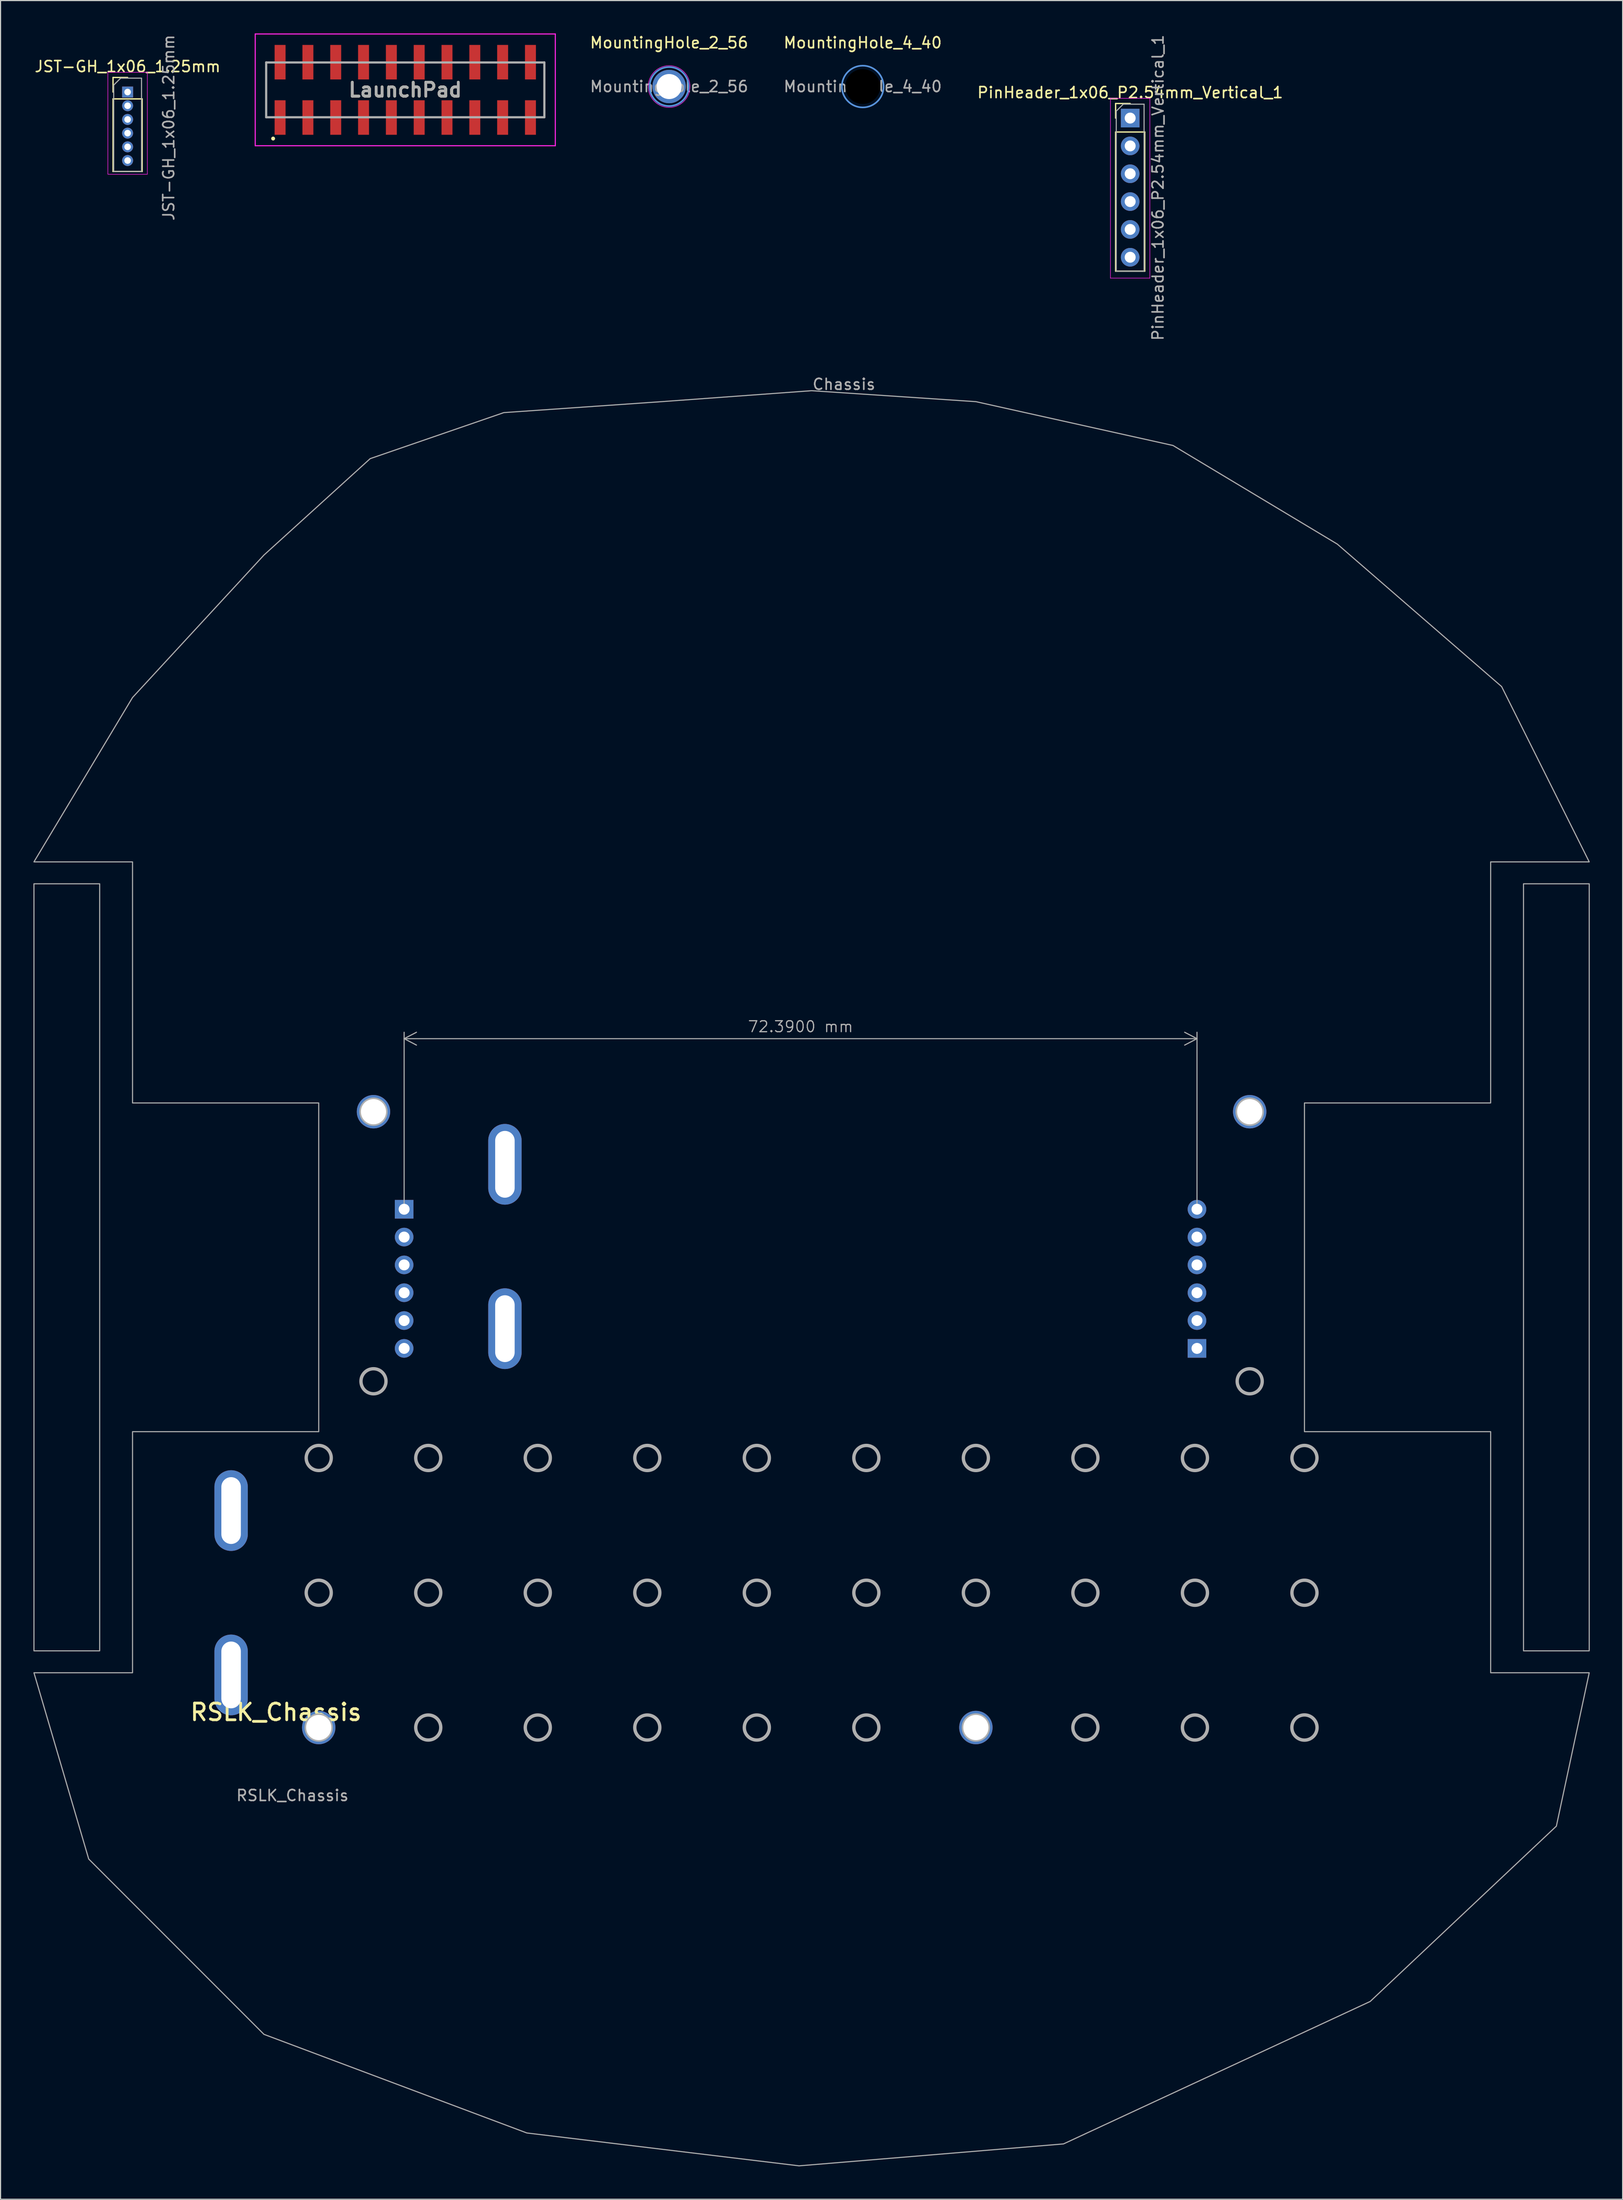
<source format=kicad_pcb>
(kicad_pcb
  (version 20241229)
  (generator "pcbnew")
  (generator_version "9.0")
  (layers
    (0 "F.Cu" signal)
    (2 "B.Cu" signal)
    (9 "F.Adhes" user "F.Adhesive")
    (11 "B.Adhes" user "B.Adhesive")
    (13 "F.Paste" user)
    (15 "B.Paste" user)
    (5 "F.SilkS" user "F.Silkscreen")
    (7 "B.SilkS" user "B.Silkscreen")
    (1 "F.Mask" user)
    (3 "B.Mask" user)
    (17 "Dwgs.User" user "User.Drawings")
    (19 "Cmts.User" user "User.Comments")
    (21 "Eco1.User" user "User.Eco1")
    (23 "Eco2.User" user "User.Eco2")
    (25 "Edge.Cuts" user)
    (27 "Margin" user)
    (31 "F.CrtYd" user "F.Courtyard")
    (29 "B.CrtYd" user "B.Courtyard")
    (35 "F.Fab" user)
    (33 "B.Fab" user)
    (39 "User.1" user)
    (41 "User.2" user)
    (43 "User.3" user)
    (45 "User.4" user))
  (footprint "MountingHole_2_56"
    (layer "F.Cu")
    (at 58.042 4.848)
    (property "Reference" "MountingHole_2_56" (at 0 -4 0) (layer "F.SilkS") (effects (font (size 1 1) (thickness 0.15))))
    (attr exclude_from_pos_files exclude_from_bom)
    (fp_circle (center 0 0) (end 1.778 0) (stroke (width 0.15) (type solid)) (fill no) (layer "Cmts.User"))
    (fp_circle (center 0 0) (end 1.905 0) (stroke (width 0.05) (type solid)) (fill no) (layer "F.CrtYd"))
    (fp_text user "${REFERENCE}" (at 0 0 0) (layer "F.Fab") (effects (font (size 1 1) (thickness 0.15))))
    (pad "1" thru_hole circle (at 0 0) (size 3.048 3.048) (drill 2.286) (layers "*.Cu" "*.Mask")))
  (footprint "LaunchPad"
    (layer "F.Cu")
    (at 33.952 5.15)
    (property "Reference" "LaunchPad" (at 0 0 0) (layer "F.SilkS") (effects (font (size 1.27 1.27) (thickness 0.254))))
    (attr smd)
    (fp_line (start -12.7 -2.525) (end -12.7 2.5) (stroke (width 0.1) (type solid)) (layer "F.SilkS"))
    (fp_line (start 12.7 -2.5) (end 12.7 2.525) (stroke (width 0.1) (type solid)) (layer "F.SilkS"))
    (fp_circle (center -12.065 4.445) (end -11.938 4.445) (stroke (width 0.1) (type solid)) (fill yes) (layer "F.SilkS"))
    (fp_line (start -13.7 -5.1) (end 13.7 -5.1) (stroke (width 0.1) (type solid)) (layer "F.CrtYd"))
    (fp_line (start -13.7 5.1) (end -13.7 -5.1) (stroke (width 0.1) (type solid)) (layer "F.CrtYd"))
    (fp_line (start 13.7 -5.1) (end 13.7 5.1) (stroke (width 0.1) (type solid)) (layer "F.CrtYd"))
    (fp_line (start 13.7 5.1) (end -13.7 5.1) (stroke (width 0.1) (type solid)) (layer "F.CrtYd"))
    (fp_line (start -12.7 -2.5) (end 12.7 -2.5) (stroke (width 0.2) (type solid)) (layer "F.Fab"))
    (fp_line (start -12.7 2.5) (end -12.7 -2.5) (stroke (width 0.2) (type solid)) (layer "F.Fab"))
    (fp_line (start 12.7 -2.5) (end 12.7 2.5) (stroke (width 0.2) (type solid)) (layer "F.Fab"))
    (fp_line (start 12.7 2.5) (end -12.7 2.5) (stroke (width 0.2) (type solid)) (layer "F.Fab"))
    (fp_text user "${REFERENCE}" (at 0 0 0) (layer "F.Fab") (effects (font (size 1.27 1.27) (thickness 0.254))))
    (pad "1" smd rect (at -11.43 2.525) (size 1 3.15) (layers "F.Cu" "F.Mask" "F.Paste"))
    (pad "2" smd rect (at -11.43 -2.525) (size 1 3.15) (layers "F.Cu" "F.Mask" "F.Paste"))
    (pad "3" smd rect (at -8.89 2.525) (size 1 3.15) (layers "F.Cu" "F.Mask" "F.Paste"))
    (pad "4" smd rect (at -8.89 -2.525) (size 1 3.15) (layers "F.Cu" "F.Mask" "F.Paste"))
    (pad "5" smd rect (at -6.35 2.525) (size 1 3.15) (layers "F.Cu" "F.Mask" "F.Paste"))
    (pad "6" smd rect (at -6.35 -2.525) (size 1 3.15) (layers "F.Cu" "F.Mask" "F.Paste"))
    (pad "7" smd rect (at -3.81 2.525) (size 1 3.15) (layers "F.Cu" "F.Mask" "F.Paste"))
    (pad "8" smd rect (at -3.81 -2.525) (size 1 3.15) (layers "F.Cu" "F.Mask" "F.Paste"))
    (pad "9" smd rect (at -1.27 2.525) (size 1 3.15) (layers "F.Cu" "F.Mask" "F.Paste"))
    (pad "10" smd rect (at -1.27 -2.525) (size 1 3.15) (layers "F.Cu" "F.Mask" "F.Paste"))
    (pad "11" smd rect (at 1.27 2.525) (size 1 3.15) (layers "F.Cu" "F.Mask" "F.Paste"))
    (pad "12" smd rect (at 1.27 -2.525) (size 1 3.15) (layers "F.Cu" "F.Mask" "F.Paste"))
    (pad "13" smd rect (at 3.81 2.525) (size 1 3.15) (layers "F.Cu" "F.Mask" "F.Paste"))
    (pad "14" smd rect (at 3.81 -2.525) (size 1 3.15) (layers "F.Cu" "F.Mask" "F.Paste"))
    (pad "15" smd rect (at 6.35 2.525) (size 1 3.15) (layers "F.Cu" "F.Mask" "F.Paste"))
    (pad "16" smd rect (at 6.35 -2.525) (size 1 3.15) (layers "F.Cu" "F.Mask" "F.Paste"))
    (pad "17" smd rect (at 8.89 2.525) (size 1 3.15) (layers "F.Cu" "F.Mask" "F.Paste"))
    (pad "18" smd rect (at 8.89 -2.525) (size 1 3.15) (layers "F.Cu" "F.Mask" "F.Paste"))
    (pad "19" smd rect (at 11.43 2.525) (size 1 3.15) (layers "F.Cu" "F.Mask" "F.Paste"))
    (pad "20" smd rect (at 11.43 -2.525) (size 1 3.15) (layers "F.Cu" "F.Mask" "F.Paste")))
  (footprint "PinHeader_1x06_P2.54mm_Vertical_1"
    (layer "F.Cu")
    (at 100.137 7.727)
    (property "Reference" "PinHeader_1x06_P2.54mm_Vertical_1" (at 0 -2.33 0) (layer "F.SilkS") (effects (font (size 1 1) (thickness 0.15))))
    (attr through_hole)
    (fp_line (start -1.33 -1.33) (end 0 -1.33) (stroke (width 0.12) (type solid)) (layer "F.SilkS"))
    (fp_line (start -1.33 0) (end -1.33 -1.33) (stroke (width 0.12) (type solid)) (layer "F.SilkS"))
    (fp_line (start -1.33 1.27) (end -1.33 13.97) (stroke (width 0.12) (type solid)) (layer "F.SilkS"))
    (fp_line (start -1.33 1.27) (end 1.33 1.27) (stroke (width 0.12) (type solid)) (layer "F.SilkS"))
    (fp_line (start -1.33 13.97) (end 1.33 13.97) (stroke (width 0.12) (type solid)) (layer "F.SilkS"))
    (fp_line (start 1.33 1.27) (end 1.33 13.97) (stroke (width 0.12) (type solid)) (layer "F.SilkS"))
    (fp_line (start -1.8 -1.8) (end -1.8 14.605) (stroke (width 0.05) (type solid)) (layer "F.CrtYd"))
    (fp_line (start -1.8 14.605) (end 1.8 14.605) (stroke (width 0.05) (type solid)) (layer "F.CrtYd"))
    (fp_line (start 1.8 -1.8) (end -1.8 -1.8) (stroke (width 0.05) (type solid)) (layer "F.CrtYd"))
    (fp_line (start 1.8 14.605) (end 1.8 -1.8) (stroke (width 0.05) (type solid)) (layer "F.CrtYd"))
    (fp_line (start -1.27 -0.635) (end -0.635 -1.27) (stroke (width 0.1) (type solid)) (layer "F.Fab"))
    (fp_line (start -1.27 13.97) (end -1.27 -0.635) (stroke (width 0.1) (type solid)) (layer "F.Fab"))
    (fp_line (start -0.635 -1.27) (end 1.27 -1.27) (stroke (width 0.1) (type solid)) (layer "F.Fab"))
    (fp_line (start 1.27 -1.27) (end 1.27 13.97) (stroke (width 0.1) (type solid)) (layer "F.Fab"))
    (fp_line (start 1.27 13.97) (end -1.27 13.97) (stroke (width 0.1) (type solid)) (layer "F.Fab"))
    (fp_text user "${REFERENCE}" (at 2.54 6.35 90) (layer "F.Fab") (effects (font (size 1 1) (thickness 0.15))))
    (pad "1" thru_hole rect (at 0 0) (size 1.7 1.7) (drill 1) (layers "*.Cu" "*.Mask"))
    (pad "2" thru_hole oval (at 0 2.54) (size 1.7 1.7) (drill 1) (layers "*.Cu" "*.Mask"))
    (pad "3" thru_hole oval (at 0 5.08) (size 1.7 1.7) (drill 1) (layers "*.Cu" "*.Mask"))
    (pad "4" thru_hole oval (at 0 7.62) (size 1.7 1.7) (drill 1) (layers "*.Cu" "*.Mask"))
    (pad "5" thru_hole oval (at 0 10.16) (size 1.7 1.7) (drill 1) (layers "*.Cu" "*.Mask"))
    (pad "6" thru_hole oval (at 0 12.7) (size 1.7 1.7) (drill 1) (layers "*.Cu" "*.Mask")))
  (footprint "JST-GH_1x06_1.25mm"
    (layer "F.Cu")
    (at 8.601 5.351)
    (property "Reference" "JST-GH_1x06_1.25mm" (at 0 -2.33 0) (layer "F.SilkS") (effects (font (size 1 1) (thickness 0.15))))
    (attr through_hole)
    (fp_line (start -1.33 -1.33) (end 0 -1.33) (stroke (width 0.12) (type solid)) (layer "F.SilkS"))
    (fp_line (start -1.33 0) (end -1.33 -1.33) (stroke (width 0.12) (type solid)) (layer "F.SilkS"))
    (fp_line (start -1.33 0.625) (end -1.33 7.25) (stroke (width 0.12) (type solid)) (layer "F.SilkS"))
    (fp_line (start -1.33 0.625) (end 1.33 0.625) (stroke (width 0.12) (type solid)) (layer "F.SilkS"))
    (fp_line (start -1.33 7.25) (end 1.33 7.25) (stroke (width 0.12) (type solid)) (layer "F.SilkS"))
    (fp_line (start 1.33 0.625) (end 1.33 7.25) (stroke (width 0.12) (type solid)) (layer "F.SilkS"))
    (fp_line (start -1.8 -1.8) (end -1.8 7.5) (stroke (width 0.05) (type solid)) (layer "F.CrtYd"))
    (fp_line (start -1.8 7.5) (end 1.8 7.5) (stroke (width 0.05) (type solid)) (layer "F.CrtYd"))
    (fp_line (start 1.8 -1.8) (end -1.8 -1.8) (stroke (width 0.05) (type solid)) (layer "F.CrtYd"))
    (fp_line (start 1.8 7.5) (end 1.8 -1.8) (stroke (width 0.05) (type solid)) (layer "F.CrtYd"))
    (fp_line (start -1.27 -0.635) (end -0.635 -1.27) (stroke (width 0.1) (type solid)) (layer "F.Fab"))
    (fp_line (start -1.27 7.25) (end -1.27 -0.635) (stroke (width 0.1) (type solid)) (layer "F.Fab"))
    (fp_line (start -0.635 -1.27) (end 1.27 -1.27) (stroke (width 0.1) (type solid)) (layer "F.Fab"))
    (fp_line (start 1.27 -1.27) (end 1.27 7.25) (stroke (width 0.1) (type solid)) (layer "F.Fab"))
    (fp_line (start 1.27 7.25) (end -1.27 7.25) (stroke (width 0.1) (type solid)) (layer "F.Fab"))
    (fp_text user "${REFERENCE}" (at 3.75 3.25 90) (layer "F.Fab") (effects (font (size 1 1) (thickness 0.15))))
    (pad "1" thru_hole rect (at 0 0) (size 1 1) (drill 0.6) (layers "*.Cu" "*.Mask"))
    (pad "2" thru_hole oval (at 0 1.25) (size 1 1) (drill 0.6) (layers "*.Cu" "*.Mask"))
    (pad "3" thru_hole oval (at 0 2.5) (size 1 1) (drill 0.6) (layers "*.Cu" "*.Mask"))
    (pad "4" thru_hole oval (at 0 3.75) (size 1 1) (drill 0.6) (layers "*.Cu" "*.Mask"))
    (pad "5" thru_hole oval (at 0 5) (size 1 1) (drill 0.6) (layers "*.Cu" "*.Mask"))
    (pad "6" thru_hole oval (at 0 6.25) (size 1 1) (drill 0.6) (layers "*.Cu" "*.Mask")))
  (footprint "MountingHole_4_40"
    (layer "F.Cu")
    (at 75.72 4.848)
    (property "Reference" "MountingHole_4_40" (at 0 -4 0) (layer "F.SilkS") (effects (font (size 1 1) (thickness 0.15))))
    (attr exclude_from_pos_files exclude_from_bom)
    (fp_circle (center 0 0) (end 1.905 0) (stroke (width 0.15) (type solid)) (fill no) (layer "Cmts.User"))
    (fp_circle (center 0 0) (end 1.905 0) (stroke (width 0.05) (type solid)) (fill no) (layer "F.CrtYd"))
    (fp_text user "${REFERENCE}" (at 0 0 0) (layer "F.Fab") (effects (font (size 1 1) (thickness 0.15))))
    (pad "" np_thru_hole circle (at 0 0) (size 3.175 3.175) (drill 3.175) (layers "*.Mask")))
  (footprint "RSLK_Chassis"
    (layer "F.Cu")
    (at 26.05 154.605)
    (property "Reference" "RSLK_Chassis" (at -3.9 -1.4 0) (unlocked yes) (layer "F.SilkS") (effects (font (size 1.524 1.524) (thickness 0.254) (bold yes))))
    (attr through_hole)
    (fp_rect (start -26 -77) (end -20 -7) (stroke (width 0.1) (type solid)) (fill no) (layer "F.Fab"))
    (fp_rect (start 110 -77) (end 116 -7) (stroke (width 0.1) (type solid)) (fill no) (layer "F.Fab"))
    (fp_circle (center 0 -24.6) (end 1.143 -24.6) (stroke (width 0.305) (type default)) (fill no) (layer "F.Fab"))
    (fp_circle (center 0 -12.3) (end 1.143 -12.3) (stroke (width 0.305) (type default)) (fill no) (layer "F.Fab"))
    (fp_circle (center 0 0) (end 1.143 0) (stroke (width 0.305) (type default)) (fill no) (layer "F.Fab"))
    (fp_circle (center 5 -56.2) (end 6.143 -56.2) (stroke (width 0.305) (type default)) (fill no) (layer "F.Fab"))
    (fp_circle (center 5 -31.6) (end 6.143 -31.6) (stroke (width 0.305) (type default)) (fill no) (layer "F.Fab"))
    (fp_circle (center 10 -24.6) (end 11.143 -24.6) (stroke (width 0.305) (type default)) (fill no) (layer "F.Fab"))
    (fp_circle (center 10 -12.3) (end 11.143 -12.3) (stroke (width 0.305) (type default)) (fill no) (layer "F.Fab"))
    (fp_circle (center 10 0) (end 11.143 0) (stroke (width 0.305) (type default)) (fill no) (layer "F.Fab"))
    (fp_circle (center 20 -24.6) (end 21.143 -24.6) (stroke (width 0.305) (type default)) (fill no) (layer "F.Fab"))
    (fp_circle (center 20 -12.3) (end 21.143 -12.3) (stroke (width 0.305) (type default)) (fill no) (layer "F.Fab"))
    (fp_circle (center 20 0) (end 21.143 0) (stroke (width 0.305) (type default)) (fill no) (layer "F.Fab"))
    (fp_circle (center 30 -24.6) (end 31.143 -24.6) (stroke (width 0.305) (type default)) (fill no) (layer "F.Fab"))
    (fp_circle (center 30 -12.3) (end 31.143 -12.3) (stroke (width 0.305) (type default)) (fill no) (layer "F.Fab"))
    (fp_circle (center 30 0) (end 31.143 0) (stroke (width 0.305) (type default)) (fill no) (layer "F.Fab"))
    (fp_circle (center 40 -24.6) (end 41.143 -24.6) (stroke (width 0.305) (type default)) (fill no) (layer "F.Fab"))
    (fp_circle (center 40 -12.3) (end 41.143 -12.3) (stroke (width 0.305) (type default)) (fill no) (layer "F.Fab"))
    (fp_circle (center 40 0) (end 41.143 0) (stroke (width 0.305) (type default)) (fill no) (layer "F.Fab"))
    (fp_circle (center 50 -24.6) (end 51.143 -24.6) (stroke (width 0.305) (type default)) (fill no) (layer "F.Fab"))
    (fp_circle (center 50 -12.3) (end 51.143 -12.3) (stroke (width 0.305) (type default)) (fill no) (layer "F.Fab"))
    (fp_circle (center 50 0) (end 51.143 0) (stroke (width 0.305) (type default)) (fill no) (layer "F.Fab"))
    (fp_circle (center 60 -24.6) (end 61.143 -24.6) (stroke (width 0.305) (type default)) (fill no) (layer "F.Fab"))
    (fp_circle (center 60 -12.3) (end 61.143 -12.3) (stroke (width 0.305) (type default)) (fill no) (layer "F.Fab"))
    (fp_circle (center 60 0) (end 61.143 0) (stroke (width 0.305) (type default)) (fill no) (layer "F.Fab"))
    (fp_circle (center 70 -24.6) (end 71.143 -24.6) (stroke (width 0.305) (type default)) (fill no) (layer "F.Fab"))
    (fp_circle (center 70 -12.3) (end 71.143 -12.3) (stroke (width 0.305) (type default)) (fill no) (layer "F.Fab"))
    (fp_circle (center 70 0) (end 71.143 0) (stroke (width 0.305) (type default)) (fill no) (layer "F.Fab"))
    (fp_circle (center 80 -24.6) (end 81.143 -24.6) (stroke (width 0.305) (type default)) (fill no) (layer "F.Fab"))
    (fp_circle (center 80 -12.3) (end 81.143 -12.3) (stroke (width 0.305) (type default)) (fill no) (layer "F.Fab"))
    (fp_circle (center 80 0) (end 81.143 0) (stroke (width 0.305) (type default)) (fill no) (layer "F.Fab"))
    (fp_circle (center 85 -56.2) (end 86.15 -56.2) (stroke (width 0.305) (type default)) (fill no) (layer "F.Fab"))
    (fp_circle (center 85 -31.6) (end 86.143 -31.6) (stroke (width 0.305) (type default)) (fill no) (layer "F.Fab"))
    (fp_circle (center 90 -24.6) (end 91.143 -24.6) (stroke (width 0.305) (type default)) (fill no) (layer "F.Fab"))
    (fp_circle (center 90 -12.3) (end 91.143 -12.3) (stroke (width 0.305) (type default)) (fill no) (layer "F.Fab"))
    (fp_circle (center 90 0) (end 91.15 0) (stroke (width 0.305) (type default)) (fill no) (layer "F.Fab"))
    (fp_poly (pts (xy -17 -5) (xy -17 -27) (xy 0 -27) (xy 0 -57) (xy -17 -57) (xy -17 -79) (xy -26 -79) (xy -17 -94) (xy -5 -107) (xy 4.7 -115.8) (xy 16.9 -120) (xy 31.3 -121) (xy 45 -122) (xy 60 -121) (xy 78 -117) (xy 93 -108) (xy 108 -95) (xy 116 -79) (xy 107 -79) (xy 107 -57) (xy 90 -57) (xy 90 -27) (xy 107 -27) (xy 107 -5) (xy 116 -5) (xy 113 9) (xy 96 25) (xy 68 38) (xy 43.857 40) (xy 19 37) (xy -5 28) (xy -21 12) (xy -26 -5)) (stroke (width 0.1) (type solid)) (fill no) (layer "F.Fab"))
    (fp_text user "${REFERENCE}" (at -2.4 6.2 0) (unlocked yes) (layer "F.Fab") (effects (font (size 1 1) (thickness 0.15))))
    (fp_text user "Chassis" (at 45 -122 0) (unlocked yes) (layer "F.Fab") (effects (font (size 1 1) (thickness 0.15)) (justify left bottom)))
    (dimension (type aligned) (layer "F.Fab") (pts (xy 33.848 107.305) (xy 106.238 107.305)) (height -15.565) (format (prefix "") (suffix "") (units 3) (units_format 1) (precision 4)) (style (thickness 0.1) (arrow_length 1.27) (text_position_mode 0) (arrow_direction outward) (extension_height 0.586) (extension_offset 0.5) (keep_text_aligned yes)) (gr_text "72.3900 mm" (at 70.043 90.64 0) (layer "F.Fab") (effects (font (size 1 1) (thickness 0.1)))))
    (pad "1" thru_hole circle (at 0 0) (size 3.048 3.048) (drill 2.3) (layers "*.Cu" "*.Mask"))
    (pad "2" thru_hole circle (at 60 0) (size 3.048 3.048) (drill 2.3) (layers "*.Cu" "*.Mask"))
    (pad "3" thru_hole circle (at 85 -56.2) (size 3.048 3.048) (drill 2.3) (layers "*.Cu" "*.Mask"))
    (pad "4" thru_hole circle (at 5 -56.2) (size 3.048 3.048) (drill 2.3) (layers "*.Cu" "*.Mask"))
    (pad "5" thru_hole oval (at -8 -4.8 90) (size 7.366 3.048) (drill oval 6.096 1.778) (layers "*.Cu" "*.Mask"))
    (pad "6" thru_hole oval (at -8 -19.8 90) (size 7.366 3.048) (drill oval 6.096 1.778) (layers "*.Cu" "*.Mask"))
    (pad "7" thru_hole oval (at 17 -36.4 90) (size 7.366 3.048) (drill oval 6.096 1.778) (layers "*.Cu" "*.Mask"))
    (pad "8" thru_hole oval (at 17 -51.4 90) (size 7.366 3.048) (drill oval 6.096 1.778) (layers "*.Cu" "*.Mask"))
    (pad "9" thru_hole rect (at 7.798 -47.3) (size 1.7 1.7) (drill 1) (layers "*.Cu" "*.Mask"))
    (pad "10" thru_hole oval (at 7.798 -44.76) (size 1.7 1.7) (drill 1) (layers "*.Cu" "*.Mask"))
    (pad "11" thru_hole oval (at 7.798 -42.22) (size 1.7 1.7) (drill 1) (layers "*.Cu" "*.Mask"))
    (pad "12" thru_hole oval (at 7.798 -39.68) (size 1.7 1.7) (drill 1) (layers "*.Cu" "*.Mask"))
    (pad "13" thru_hole oval (at 7.798 -37.14) (size 1.7 1.7) (drill 1) (layers "*.Cu" "*.Mask"))
    (pad "14" thru_hole oval (at 7.798 -34.6) (size 1.7 1.7) (drill 1) (layers "*.Cu" "*.Mask"))
    (pad "15" thru_hole rect (at 80.188 -34.6) (size 1.7 1.7) (drill 1) (layers "*.Cu" "*.Mask"))
    (pad "16" thru_hole oval (at 80.188 -37.14) (size 1.7 1.7) (drill 1) (layers "*.Cu" "*.Mask"))
    (pad "17" thru_hole oval (at 80.188 -39.68) (size 1.7 1.7) (drill 1) (layers "*.Cu" "*.Mask"))
    (pad "18" thru_hole oval (at 80.188 -42.22) (size 1.7 1.7) (drill 1) (layers "*.Cu" "*.Mask"))
    (pad "19" thru_hole oval (at 80.188 -44.76) (size 1.7 1.7) (drill 1) (layers "*.Cu" "*.Mask"))
    (pad "20" thru_hole circle (at 80.188 -47.3) (size 1.7 1.7) (drill 1) (layers "*.Cu" "*.Mask")))
  (gr_rect
    (start -3 -3)
    (end 145.1 197.655)
    (stroke (width 0.1) (type default))
    (fill no)
    (layer "Edge.Cuts")))
</source>
